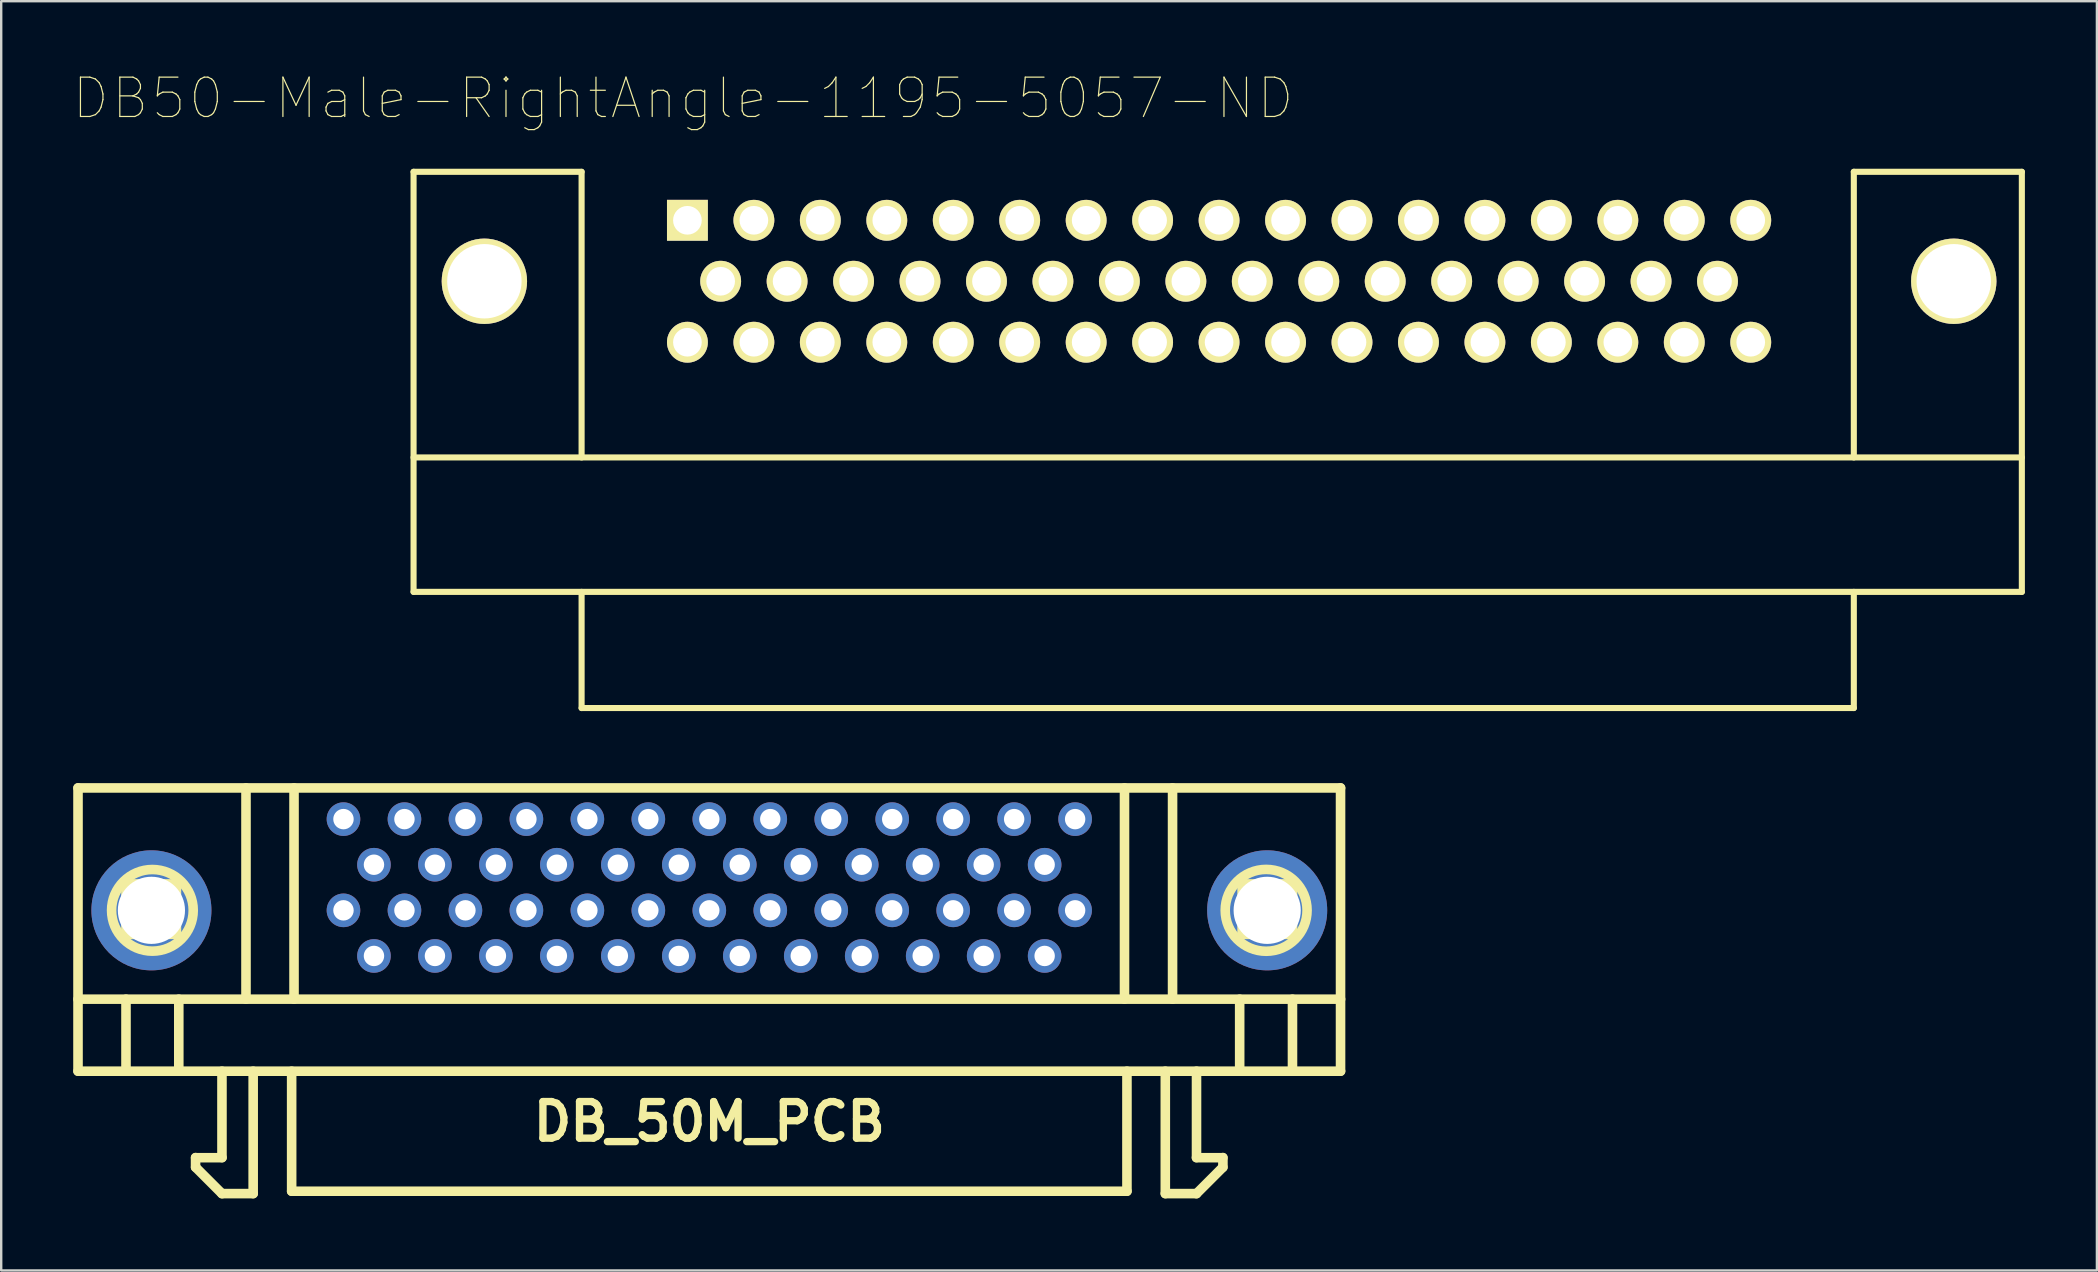
<source format=kicad_pcb>
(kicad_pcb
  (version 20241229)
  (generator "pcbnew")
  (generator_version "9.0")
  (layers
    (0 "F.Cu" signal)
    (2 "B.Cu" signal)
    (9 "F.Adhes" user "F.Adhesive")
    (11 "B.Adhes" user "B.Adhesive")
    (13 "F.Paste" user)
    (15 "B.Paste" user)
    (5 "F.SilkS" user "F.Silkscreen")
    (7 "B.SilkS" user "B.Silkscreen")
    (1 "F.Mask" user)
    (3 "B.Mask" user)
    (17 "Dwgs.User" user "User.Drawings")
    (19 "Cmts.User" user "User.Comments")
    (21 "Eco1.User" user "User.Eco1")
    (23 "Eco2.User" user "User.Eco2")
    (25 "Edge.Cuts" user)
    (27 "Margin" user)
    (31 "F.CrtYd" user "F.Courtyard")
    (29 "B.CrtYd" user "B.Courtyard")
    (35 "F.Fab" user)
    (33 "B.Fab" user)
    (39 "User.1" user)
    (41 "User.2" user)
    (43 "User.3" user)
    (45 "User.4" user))
  (footprint "DB_50M_PCB"
    (layer "F.Cu")
    (at 26.499 40.475)
    (property "Reference" "DB_50M_PCB" (at 0 3.2 0) (layer "F.SilkS") (effects (font (size 1.524 1.524) (thickness 0.305))))
    (attr through_hole)
    (fp_line (start -26.299 -10.701) (end -26.299 1.1) (stroke (width 0.399) (type solid)) (layer "F.SilkS"))
    (fp_line (start -26.299 -1.9) (end 26.299 -1.9) (stroke (width 0.399) (type solid)) (layer "F.SilkS"))
    (fp_line (start -24.3 -6.701) (end -22.2 -6.701) (stroke (width 0.399) (type solid)) (layer "F.SilkS"))
    (fp_line (start -24.3 -4.6) (end -24.3 -6.701) (stroke (width 0.399) (type solid)) (layer "F.SilkS"))
    (fp_line (start -24.3 -1.9) (end -24.3 1.1) (stroke (width 0.399) (type solid)) (layer "F.SilkS"))
    (fp_line (start -22.2 -6.701) (end -22.2 -4.6) (stroke (width 0.399) (type solid)) (layer "F.SilkS"))
    (fp_line (start -22.2 -4.6) (end -24.3 -4.6) (stroke (width 0.399) (type solid)) (layer "F.SilkS"))
    (fp_line (start -22.101 1.1) (end -22.101 -1.9) (stroke (width 0.399) (type solid)) (layer "F.SilkS"))
    (fp_line (start -21.402 4.699) (end -21.402 5.1) (stroke (width 0.399) (type solid)) (layer "F.SilkS"))
    (fp_line (start -21.399 4.704) (end -20.3 4.704) (stroke (width 0.399) (type solid)) (layer "F.SilkS"))
    (fp_line (start -20.302 4.699) (end -20.302 1.1) (stroke (width 0.399) (type solid)) (layer "F.SilkS"))
    (fp_line (start -20.302 6.2) (end -19.002 6.2) (stroke (width 0.399) (type solid)) (layer "F.SilkS"))
    (fp_line (start -20.3 6.203) (end -21.399 5.103) (stroke (width 0.399) (type solid)) (layer "F.SilkS"))
    (fp_line (start -19.301 -1.9) (end -19.301 -10.701) (stroke (width 0.399) (type solid)) (layer "F.SilkS"))
    (fp_line (start -19.002 6.2) (end -19.002 1.1) (stroke (width 0.399) (type solid)) (layer "F.SilkS"))
    (fp_line (start -17.399 6.101) (end -17.399 1.1) (stroke (width 0.399) (type solid)) (layer "F.SilkS"))
    (fp_line (start -17.399 6.101) (end 17.399 6.101) (stroke (width 0.399) (type solid)) (layer "F.SilkS"))
    (fp_line (start -17.3 -10.701) (end -17.3 -1.9) (stroke (width 0.399) (type solid)) (layer "F.SilkS"))
    (fp_line (start 17.297 -10.701) (end 17.297 -1.9) (stroke (width 0.399) (type solid)) (layer "F.SilkS"))
    (fp_line (start 17.399 6.101) (end 17.399 1.1) (stroke (width 0.399) (type solid)) (layer "F.SilkS"))
    (fp_line (start 18.997 6.2) (end 18.997 1.1) (stroke (width 0.399) (type solid)) (layer "F.SilkS"))
    (fp_line (start 19.299 -1.9) (end 19.299 -10.701) (stroke (width 0.399) (type solid)) (layer "F.SilkS"))
    (fp_line (start 20.295 6.203) (end 21.394 5.103) (stroke (width 0.399) (type solid)) (layer "F.SilkS"))
    (fp_line (start 20.297 4.699) (end 20.297 1.1) (stroke (width 0.399) (type solid)) (layer "F.SilkS"))
    (fp_line (start 20.297 6.2) (end 18.997 6.2) (stroke (width 0.399) (type solid)) (layer "F.SilkS"))
    (fp_line (start 21.394 4.704) (end 20.295 4.704) (stroke (width 0.399) (type solid)) (layer "F.SilkS"))
    (fp_line (start 21.397 4.699) (end 21.397 5.1) (stroke (width 0.399) (type solid)) (layer "F.SilkS"))
    (fp_line (start 22.095 -1.9) (end 22.095 1.1) (stroke (width 0.399) (type solid)) (layer "F.SilkS"))
    (fp_line (start 22.197 -6.701) (end 22.197 -4.6) (stroke (width 0.399) (type solid)) (layer "F.SilkS"))
    (fp_line (start 22.197 -4.6) (end 24.298 -4.6) (stroke (width 0.399) (type solid)) (layer "F.SilkS"))
    (fp_line (start 24.295 -1.9) (end 24.295 1.1) (stroke (width 0.399) (type solid)) (layer "F.SilkS"))
    (fp_line (start 24.298 -6.701) (end 22.197 -6.701) (stroke (width 0.399) (type solid)) (layer "F.SilkS"))
    (fp_line (start 24.298 -4.6) (end 24.298 -6.701) (stroke (width 0.399) (type solid)) (layer "F.SilkS"))
    (fp_line (start 26.297 1.1) (end 26.297 -10.701) (stroke (width 0.399) (type solid)) (layer "F.SilkS"))
    (fp_line (start 26.299 -10.701) (end -26.299 -10.701) (stroke (width 0.399) (type solid)) (layer "F.SilkS"))
    (fp_line (start 26.299 1.1) (end -26.299 1.1) (stroke (width 0.399) (type solid)) (layer "F.SilkS"))
    (fp_circle (center -23.2 -5.601) (end -24.701 -6.401) (stroke (width 0.399) (type solid)) (fill no) (layer "F.SilkS"))
    (fp_circle (center 23.198 -5.601) (end 24.9 -5.499) (stroke (width 0.399) (type solid)) (fill no) (layer "F.SilkS"))
    (pad "" thru_hole circle (at -23.241 -5.601) (size 5.001 5.001) (drill 2.799) (layers "*.Cu" "*.Mask"))
    (pad "" thru_hole circle (at 23.241 -5.601) (size 5.001 5.001) (drill 2.799) (layers "*.Cu" "*.Mask"))
    (pad "1" thru_hole circle (at 15.24 -9.401) (size 1.4 1.4) (drill 0.851) (layers "*.Cu" "*.Mask"))
    (pad "2" thru_hole circle (at 13.97 -7.501) (size 1.4 1.4) (drill 0.851) (layers "*.Cu" "*.Mask"))
    (pad "3" thru_hole circle (at 12.7 -9.401) (size 1.4 1.4) (drill 0.851) (layers "*.Cu" "*.Mask"))
    (pad "4" thru_hole circle (at 11.43 -7.501) (size 1.4 1.4) (drill 0.851) (layers "*.Cu" "*.Mask"))
    (pad "5" thru_hole circle (at 10.16 -9.401) (size 1.4 1.4) (drill 0.851) (layers "*.Cu" "*.Mask"))
    (pad "6" thru_hole circle (at 8.89 -7.501) (size 1.4 1.4) (drill 0.851) (layers "*.Cu" "*.Mask"))
    (pad "7" thru_hole circle (at 7.62 -9.401) (size 1.4 1.4) (drill 0.851) (layers "*.Cu" "*.Mask"))
    (pad "8" thru_hole circle (at 6.35 -7.501) (size 1.4 1.4) (drill 0.851) (layers "*.Cu" "*.Mask"))
    (pad "9" thru_hole circle (at 5.08 -9.401) (size 1.4 1.4) (drill 0.851) (layers "*.Cu" "*.Mask"))
    (pad "10" thru_hole circle (at 3.81 -7.501) (size 1.4 1.4) (drill 0.851) (layers "*.Cu" "*.Mask"))
    (pad "11" thru_hole circle (at 2.54 -9.401) (size 1.4 1.4) (drill 0.851) (layers "*.Cu" "*.Mask"))
    (pad "12" thru_hole circle (at 1.27 -7.501) (size 1.4 1.4) (drill 0.851) (layers "*.Cu" "*.Mask"))
    (pad "13" thru_hole circle (at 0 -9.401) (size 1.4 1.4) (drill 0.851) (layers "*.Cu" "*.Mask"))
    (pad "14" thru_hole circle (at -1.27 -7.501) (size 1.4 1.4) (drill 0.851) (layers "*.Cu" "*.Mask"))
    (pad "15" thru_hole circle (at -2.54 -9.401) (size 1.4 1.4) (drill 0.851) (layers "*.Cu" "*.Mask"))
    (pad "16" thru_hole circle (at -3.81 -7.501) (size 1.4 1.4) (drill 0.851) (layers "*.Cu" "*.Mask"))
    (pad "17" thru_hole circle (at -5.08 -9.401) (size 1.4 1.4) (drill 0.851) (layers "*.Cu" "*.Mask"))
    (pad "18" thru_hole circle (at -6.35 -7.501) (size 1.4 1.4) (drill 0.851) (layers "*.Cu" "*.Mask"))
    (pad "19" thru_hole circle (at -7.62 -9.401) (size 1.4 1.4) (drill 0.851) (layers "*.Cu" "*.Mask"))
    (pad "20" thru_hole circle (at -8.89 -7.501) (size 1.4 1.4) (drill 0.851) (layers "*.Cu" "*.Mask"))
    (pad "21" thru_hole circle (at -10.16 -9.401) (size 1.4 1.4) (drill 0.851) (layers "*.Cu" "*.Mask"))
    (pad "22" thru_hole circle (at -11.43 -7.501) (size 1.4 1.4) (drill 0.851) (layers "*.Cu" "*.Mask"))
    (pad "23" thru_hole circle (at -12.7 -9.401) (size 1.4 1.4) (drill 0.851) (layers "*.Cu" "*.Mask"))
    (pad "24" thru_hole circle (at -13.97 -7.501) (size 1.4 1.4) (drill 0.851) (layers "*.Cu" "*.Mask"))
    (pad "25" thru_hole circle (at -15.24 -9.401) (size 1.4 1.4) (drill 0.851) (layers "*.Cu" "*.Mask"))
    (pad "26" thru_hole circle (at 15.24 -5.601) (size 1.4 1.4) (drill 0.851) (layers "*.Cu" "*.Mask"))
    (pad "27" thru_hole circle (at 13.97 -3.701) (size 1.4 1.4) (drill 0.851) (layers "*.Cu" "*.Mask"))
    (pad "28" thru_hole circle (at 12.7 -5.601) (size 1.4 1.4) (drill 0.851) (layers "*.Cu" "*.Mask"))
    (pad "29" thru_hole circle (at 11.43 -3.701) (size 1.4 1.4) (drill 0.851) (layers "*.Cu" "*.Mask"))
    (pad "30" thru_hole circle (at 10.16 -5.601) (size 1.4 1.4) (drill 0.851) (layers "*.Cu" "*.Mask"))
    (pad "31" thru_hole circle (at 8.89 -3.701) (size 1.4 1.4) (drill 0.851) (layers "*.Cu" "*.Mask"))
    (pad "32" thru_hole circle (at 7.62 -5.601) (size 1.4 1.4) (drill 0.851) (layers "*.Cu" "*.Mask"))
    (pad "33" thru_hole circle (at 6.35 -3.701) (size 1.4 1.4) (drill 0.851) (layers "*.Cu" "*.Mask"))
    (pad "34" thru_hole circle (at 5.08 -5.601) (size 1.4 1.4) (drill 0.851) (layers "*.Cu" "*.Mask"))
    (pad "35" thru_hole circle (at 3.81 -3.701) (size 1.4 1.4) (drill 0.851) (layers "*.Cu" "*.Mask"))
    (pad "36" thru_hole circle (at 2.54 -5.601) (size 1.4 1.4) (drill 0.851) (layers "*.Cu" "*.Mask"))
    (pad "37" thru_hole circle (at 1.27 -3.701) (size 1.4 1.4) (drill 0.851) (layers "*.Cu" "*.Mask"))
    (pad "38" thru_hole circle (at 0 -5.601) (size 1.4 1.4) (drill 0.851) (layers "*.Cu" "*.Mask"))
    (pad "39" thru_hole circle (at -1.27 -3.701) (size 1.4 1.4) (drill 0.851) (layers "*.Cu" "*.Mask"))
    (pad "40" thru_hole circle (at -2.54 -5.601) (size 1.4 1.4) (drill 0.851) (layers "*.Cu" "*.Mask"))
    (pad "41" thru_hole circle (at -3.81 -3.701) (size 1.4 1.4) (drill 0.851) (layers "*.Cu" "*.Mask"))
    (pad "42" thru_hole circle (at -5.08 -5.601) (size 1.4 1.4) (drill 0.851) (layers "*.Cu" "*.Mask"))
    (pad "43" thru_hole circle (at -6.35 -3.701) (size 1.4 1.4) (drill 0.851) (layers "*.Cu" "*.Mask"))
    (pad "44" thru_hole circle (at -7.62 -5.601) (size 1.4 1.4) (drill 0.851) (layers "*.Cu" "*.Mask"))
    (pad "45" thru_hole circle (at -8.89 -3.701) (size 1.4 1.4) (drill 0.851) (layers "*.Cu" "*.Mask"))
    (pad "46" thru_hole circle (at -10.16 -5.601) (size 1.4 1.4) (drill 0.851) (layers "*.Cu" "*.Mask"))
    (pad "47" thru_hole circle (at -11.43 -3.701) (size 1.4 1.4) (drill 0.851) (layers "*.Cu" "*.Mask"))
    (pad "48" thru_hole circle (at -12.7 -5.601) (size 1.4 1.4) (drill 0.851) (layers "*.Cu" "*.Mask"))
    (pad "49" thru_hole circle (at -13.97 -3.701) (size 1.4 1.4) (drill 0.851) (layers "*.Cu" "*.Mask"))
    (pad "50" thru_hole circle (at -15.24 -5.601) (size 1.4 1.4) (drill 0.851) (layers "*.Cu" "*.Mask")))
  (footprint "DB50-Male-RightAngle-1195-5057-ND"
    (layer "F.Cu")
    (at 25.587 6.127)
    (property "Reference" "DB50-Male-RightAngle-1195-5057-ND" (at -0.178 -5.08 0) (layer "F.SilkS") (effects (font (size 1.64 1.64) (thickness 0.05))))
    (attr through_hole)
    (fp_line (start -11.408 -2.02) (end -4.408 -2.02) (stroke (width 0.254) (type solid)) (layer "F.SilkS"))
    (fp_line (start -11.408 15.48) (end -11.408 -2.02) (stroke (width 0.254) (type solid)) (layer "F.SilkS"))
    (fp_line (start -11.408 15.48) (end 55.592 15.48) (stroke (width 0.254) (type solid)) (layer "F.SilkS"))
    (fp_line (start -4.408 -2.02) (end -4.408 9.88) (stroke (width 0.254) (type solid)) (layer "F.SilkS"))
    (fp_line (start -4.408 20.32) (end -4.408 15.48) (stroke (width 0.254) (type solid)) (layer "F.SilkS"))
    (fp_line (start -4.408 20.32) (end 48.592 20.32) (stroke (width 0.254) (type solid)) (layer "F.SilkS"))
    (fp_line (start 48.592 -2.02) (end 48.592 9.88) (stroke (width 0.254) (type solid)) (layer "F.SilkS"))
    (fp_line (start 48.592 20.32) (end 48.592 15.48) (stroke (width 0.254) (type solid)) (layer "F.SilkS"))
    (fp_line (start 55.592 -2.02) (end 48.592 -2.02) (stroke (width 0.254) (type solid)) (layer "F.SilkS"))
    (fp_line (start 55.592 9.88) (end -11.408 9.88) (stroke (width 0.254) (type solid)) (layer "F.SilkS"))
    (fp_line (start 55.592 15.48) (end 55.592 -2.02) (stroke (width 0.254) (type solid)) (layer "F.SilkS"))
    (pad "1" thru_hole rect (at 0.0002 0.0002) (size 1.702 1.702) (drill 1.194) (layers "*.Cu" "*.Mask" "F.SilkS"))
    (pad "2" thru_hole circle (at 2.769 0.0002) (size 1.702 1.702) (drill 1.194) (layers "*.Cu" "*.Mask" "F.SilkS"))
    (pad "3" thru_hole circle (at 5.537 0.0002) (size 1.702 1.702) (drill 1.194) (layers "*.Cu" "*.Mask" "F.SilkS"))
    (pad "4" thru_hole circle (at 8.306 0.0002) (size 1.702 1.702) (drill 1.194) (layers "*.Cu" "*.Mask" "F.SilkS"))
    (pad "5" thru_hole circle (at 11.075 0.0002) (size 1.702 1.702) (drill 1.194) (layers "*.Cu" "*.Mask" "F.SilkS"))
    (pad "6" thru_hole circle (at 13.843 0.0002) (size 1.702 1.702) (drill 1.194) (layers "*.Cu" "*.Mask" "F.SilkS"))
    (pad "7" thru_hole circle (at 16.612 0.0002) (size 1.702 1.702) (drill 1.194) (layers "*.Cu" "*.Mask" "F.SilkS"))
    (pad "8" thru_hole circle (at 19.38 0.0002) (size 1.702 1.702) (drill 1.194) (layers "*.Cu" "*.Mask" "F.SilkS"))
    (pad "9" thru_hole circle (at 22.149 0.0002) (size 1.702 1.702) (drill 1.194) (layers "*.Cu" "*.Mask" "F.SilkS"))
    (pad "10" thru_hole circle (at 24.918 0.0002) (size 1.702 1.702) (drill 1.194) (layers "*.Cu" "*.Mask" "F.SilkS"))
    (pad "11" thru_hole circle (at 27.686 0.0002) (size 1.702 1.702) (drill 1.194) (layers "*.Cu" "*.Mask" "F.SilkS"))
    (pad "12" thru_hole circle (at 30.455 0.0002) (size 1.702 1.702) (drill 1.194) (layers "*.Cu" "*.Mask" "F.SilkS"))
    (pad "13" thru_hole circle (at 33.223 0.0002) (size 1.702 1.702) (drill 1.194) (layers "*.Cu" "*.Mask" "F.SilkS"))
    (pad "14" thru_hole circle (at 35.992 0.0002) (size 1.702 1.702) (drill 1.194) (layers "*.Cu" "*.Mask" "F.SilkS"))
    (pad "15" thru_hole circle (at 38.761 0.0002) (size 1.702 1.702) (drill 1.194) (layers "*.Cu" "*.Mask" "F.SilkS"))
    (pad "16" thru_hole circle (at 41.529 0.0002) (size 1.702 1.702) (drill 1.194) (layers "*.Cu" "*.Mask" "F.SilkS"))
    (pad "17" thru_hole circle (at 44.298 0.0002) (size 1.702 1.702) (drill 1.194) (layers "*.Cu" "*.Mask" "F.SilkS"))
    (pad "18" thru_hole circle (at 1.385 2.54) (size 1.702 1.702) (drill 1.194) (layers "*.Cu" "*.Mask" "F.SilkS"))
    (pad "19" thru_hole circle (at 4.153 2.54) (size 1.702 1.702) (drill 1.194) (layers "*.Cu" "*.Mask" "F.SilkS"))
    (pad "20" thru_hole circle (at 6.922 2.54) (size 1.702 1.702) (drill 1.194) (layers "*.Cu" "*.Mask" "F.SilkS"))
    (pad "21" thru_hole circle (at 9.69 2.54) (size 1.702 1.702) (drill 1.194) (layers "*.Cu" "*.Mask" "F.SilkS"))
    (pad "22" thru_hole circle (at 12.459 2.54) (size 1.702 1.702) (drill 1.194) (layers "*.Cu" "*.Mask" "F.SilkS"))
    (pad "23" thru_hole circle (at 15.227 2.54) (size 1.702 1.702) (drill 1.194) (layers "*.Cu" "*.Mask" "F.SilkS"))
    (pad "24" thru_hole circle (at 17.996 2.54) (size 1.702 1.702) (drill 1.194) (layers "*.Cu" "*.Mask" "F.SilkS"))
    (pad "25" thru_hole circle (at 20.765 2.54) (size 1.702 1.702) (drill 1.194) (layers "*.Cu" "*.Mask" "F.SilkS"))
    (pad "26" thru_hole circle (at 23.533 2.54) (size 1.702 1.702) (drill 1.194) (layers "*.Cu" "*.Mask" "F.SilkS"))
    (pad "27" thru_hole circle (at 26.302 2.54) (size 1.702 1.702) (drill 1.194) (layers "*.Cu" "*.Mask" "F.SilkS"))
    (pad "28" thru_hole circle (at 29.07 2.54) (size 1.702 1.702) (drill 1.194) (layers "*.Cu" "*.Mask" "F.SilkS"))
    (pad "29" thru_hole circle (at 31.839 2.54) (size 1.702 1.702) (drill 1.194) (layers "*.Cu" "*.Mask" "F.SilkS"))
    (pad "30" thru_hole circle (at 34.608 2.54) (size 1.702 1.702) (drill 1.194) (layers "*.Cu" "*.Mask" "F.SilkS"))
    (pad "31" thru_hole circle (at 37.376 2.54) (size 1.702 1.702) (drill 1.194) (layers "*.Cu" "*.Mask" "F.SilkS"))
    (pad "32" thru_hole circle (at 40.145 2.54) (size 1.702 1.702) (drill 1.194) (layers "*.Cu" "*.Mask" "F.SilkS"))
    (pad "33" thru_hole circle (at 42.913 2.54) (size 1.702 1.702) (drill 1.194) (layers "*.Cu" "*.Mask" "F.SilkS"))
    (pad "34" thru_hole circle (at 0.0002 5.08) (size 1.702 1.702) (drill 1.194) (layers "*.Cu" "*.Mask" "F.SilkS"))
    (pad "35" thru_hole circle (at 2.769 5.08) (size 1.702 1.702) (drill 1.194) (layers "*.Cu" "*.Mask" "F.SilkS"))
    (pad "36" thru_hole circle (at 5.537 5.08) (size 1.702 1.702) (drill 1.194) (layers "*.Cu" "*.Mask" "F.SilkS"))
    (pad "37" thru_hole circle (at 8.306 5.08) (size 1.702 1.702) (drill 1.194) (layers "*.Cu" "*.Mask" "F.SilkS"))
    (pad "38" thru_hole circle (at 11.075 5.08) (size 1.702 1.702) (drill 1.194) (layers "*.Cu" "*.Mask" "F.SilkS"))
    (pad "39" thru_hole circle (at 13.843 5.08) (size 1.702 1.702) (drill 1.194) (layers "*.Cu" "*.Mask" "F.SilkS"))
    (pad "40" thru_hole circle (at 16.612 5.08) (size 1.702 1.702) (drill 1.194) (layers "*.Cu" "*.Mask" "F.SilkS"))
    (pad "41" thru_hole circle (at 19.38 5.08) (size 1.702 1.702) (drill 1.194) (layers "*.Cu" "*.Mask" "F.SilkS"))
    (pad "42" thru_hole circle (at 22.149 5.08) (size 1.702 1.702) (drill 1.194) (layers "*.Cu" "*.Mask" "F.SilkS"))
    (pad "43" thru_hole circle (at 24.918 5.08) (size 1.702 1.702) (drill 1.194) (layers "*.Cu" "*.Mask" "F.SilkS"))
    (pad "44" thru_hole circle (at 27.686 5.08) (size 1.702 1.702) (drill 1.194) (layers "*.Cu" "*.Mask" "F.SilkS"))
    (pad "45" thru_hole circle (at 30.455 5.08) (size 1.702 1.702) (drill 1.194) (layers "*.Cu" "*.Mask" "F.SilkS"))
    (pad "46" thru_hole circle (at 33.223 5.08) (size 1.702 1.702) (drill 1.194) (layers "*.Cu" "*.Mask" "F.SilkS"))
    (pad "47" thru_hole circle (at 35.992 5.08) (size 1.702 1.702) (drill 1.194) (layers "*.Cu" "*.Mask" "F.SilkS"))
    (pad "48" thru_hole circle (at 38.761 5.08) (size 1.702 1.702) (drill 1.194) (layers "*.Cu" "*.Mask" "F.SilkS"))
    (pad "49" thru_hole circle (at 41.529 5.08) (size 1.702 1.702) (drill 1.194) (layers "*.Cu" "*.Mask" "F.SilkS"))
    (pad "50" thru_hole circle (at 44.298 5.08) (size 1.702 1.702) (drill 1.194) (layers "*.Cu" "*.Mask" "F.SilkS"))
    (pad "51" thru_hole circle (at 52.756 2.54) (size 3.556 3.556) (drill 3.1) (layers "*.Cu" "*.Mask" "F.SilkS"))
    (pad "52" thru_hole circle (at -8.458 2.54) (size 3.556 3.556) (drill 3.1) (layers "*.Cu" "*.Mask" "F.SilkS")))
  (gr_rect
    (start -3 -3)
    (end 84.306 49.877)
    (stroke (width 0.1) (type default))
    (fill no)
    (layer "Edge.Cuts")))
</source>
